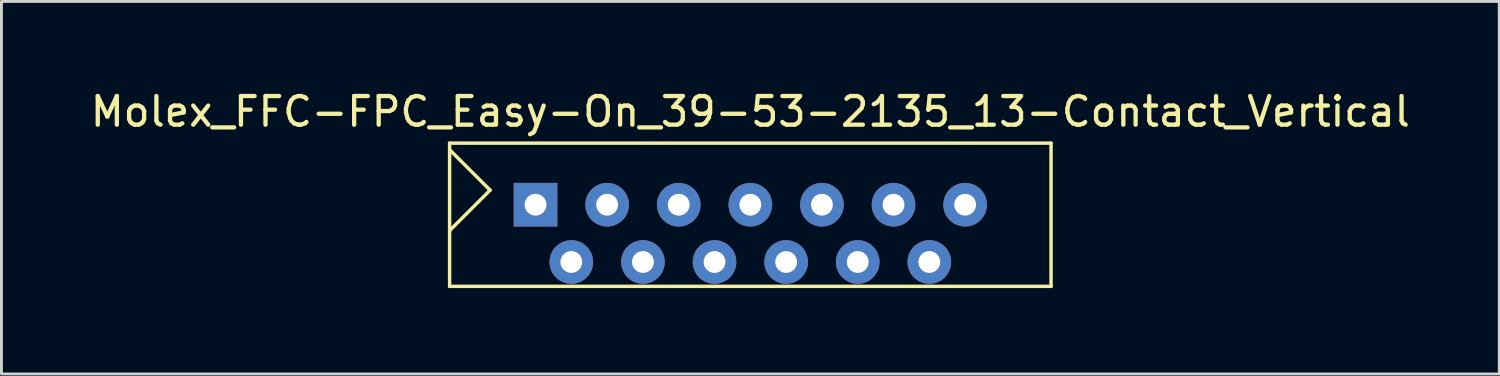
<source format=kicad_pcb>
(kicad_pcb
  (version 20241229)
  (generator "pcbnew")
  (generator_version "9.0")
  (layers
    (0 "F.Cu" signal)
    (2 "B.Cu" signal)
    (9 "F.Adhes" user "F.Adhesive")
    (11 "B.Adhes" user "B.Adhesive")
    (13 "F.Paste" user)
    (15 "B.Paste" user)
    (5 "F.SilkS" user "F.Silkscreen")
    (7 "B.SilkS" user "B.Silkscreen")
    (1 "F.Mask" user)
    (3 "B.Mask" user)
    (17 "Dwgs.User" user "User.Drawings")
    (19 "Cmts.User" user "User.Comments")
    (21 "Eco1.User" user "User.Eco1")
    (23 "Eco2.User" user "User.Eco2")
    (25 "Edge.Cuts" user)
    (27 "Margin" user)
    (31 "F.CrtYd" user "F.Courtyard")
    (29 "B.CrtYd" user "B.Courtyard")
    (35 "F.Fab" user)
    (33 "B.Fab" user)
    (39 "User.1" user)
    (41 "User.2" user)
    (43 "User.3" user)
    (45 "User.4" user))
  (footprint "Molex_FFC-FPC_Easy-On_39-53-2135_13-Contact_Vertical"
    (layer "F.Cu")
    (at 15.649 4.098)
    (property "Reference" "Molex_FFC-FPC_Easy-On_39-53-2135_13-Contact_Vertical" (at 7.5 -3.25 180) (layer "F.SilkS") (effects (font (size 1 1) (thickness 0.15))))
    (attr through_hole)
    (fp_line (start -3 -2.15) (end 18 -2.15) (stroke (width 0.12) (type solid)) (layer "F.SilkS"))
    (fp_line (start -3 2.85) (end -3 -2.15) (stroke (width 0.12) (type solid)) (layer "F.SilkS"))
    (fp_line (start -2.985 -1.905) (end -1.587 -0.508) (stroke (width 0.12) (type solid)) (layer "F.SilkS"))
    (fp_line (start -1.587 -0.508) (end -2.985 0.889) (stroke (width 0.12) (type solid)) (layer "F.SilkS"))
    (fp_line (start 18 -2.15) (end 18 2.85) (stroke (width 0.12) (type solid)) (layer "F.SilkS"))
    (fp_line (start 18 2.85) (end -3 2.85) (stroke (width 0.12) (type solid)) (layer "F.SilkS"))
    (pad "1" thru_hole rect (at 0 0) (size 1.524 1.524) (drill 0.762) (layers "*.Cu" "*.Mask"))
    (pad "2" thru_hole circle (at 1.25 2) (size 1.524 1.524) (drill 0.762) (layers "*.Cu" "*.Mask"))
    (pad "3" thru_hole circle (at 2.5 0) (size 1.524 1.524) (drill 0.762) (layers "*.Cu" "*.Mask"))
    (pad "4" thru_hole circle (at 3.75 2) (size 1.524 1.524) (drill 0.762) (layers "*.Cu" "*.Mask"))
    (pad "5" thru_hole circle (at 5 0) (size 1.524 1.524) (drill 0.762) (layers "*.Cu" "*.Mask"))
    (pad "6" thru_hole circle (at 6.25 2) (size 1.524 1.524) (drill 0.762) (layers "*.Cu" "*.Mask"))
    (pad "7" thru_hole circle (at 7.5 0) (size 1.524 1.524) (drill 0.762) (layers "*.Cu" "*.Mask"))
    (pad "8" thru_hole circle (at 8.75 2) (size 1.524 1.524) (drill 0.762) (layers "*.Cu" "*.Mask"))
    (pad "9" thru_hole circle (at 10 0) (size 1.524 1.524) (drill 0.762) (layers "*.Cu" "*.Mask"))
    (pad "10" thru_hole circle (at 11.25 2) (size 1.524 1.524) (drill 0.762) (layers "*.Cu" "*.Mask"))
    (pad "11" thru_hole circle (at 12.5 0) (size 1.524 1.524) (drill 0.762) (layers "*.Cu" "*.Mask"))
    (pad "12" thru_hole circle (at 13.75 2) (size 1.524 1.524) (drill 0.762) (layers "*.Cu" "*.Mask"))
    (pad "13" thru_hole circle (at 15 0) (size 1.524 1.524) (drill 0.762) (layers "*.Cu" "*.Mask")))
  (gr_rect
    (start -3 -3)
    (end 49.298 10.008)
    (stroke (width 0.1) (type default))
    (fill no)
    (layer "Edge.Cuts")))
</source>
